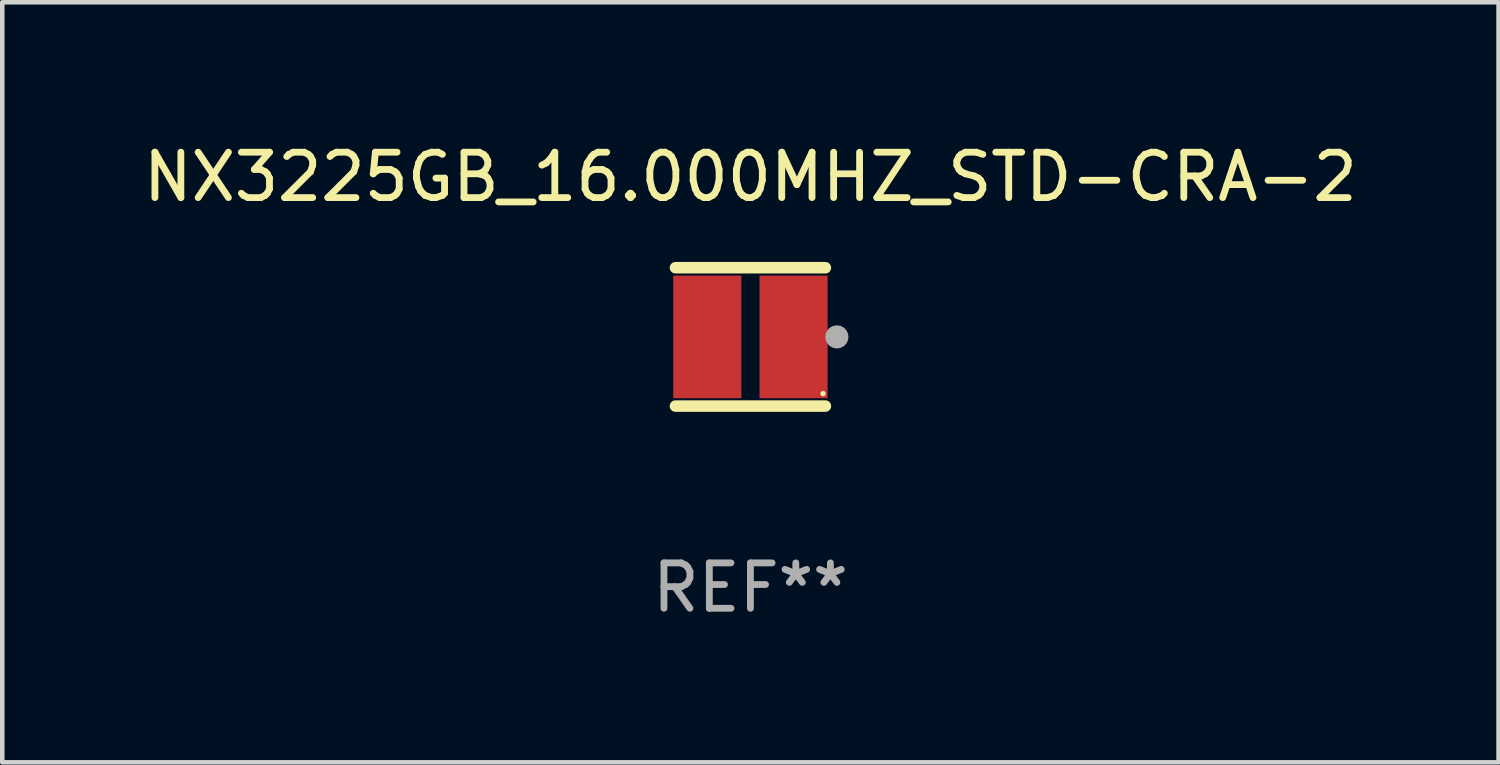
<source format=kicad_pcb>
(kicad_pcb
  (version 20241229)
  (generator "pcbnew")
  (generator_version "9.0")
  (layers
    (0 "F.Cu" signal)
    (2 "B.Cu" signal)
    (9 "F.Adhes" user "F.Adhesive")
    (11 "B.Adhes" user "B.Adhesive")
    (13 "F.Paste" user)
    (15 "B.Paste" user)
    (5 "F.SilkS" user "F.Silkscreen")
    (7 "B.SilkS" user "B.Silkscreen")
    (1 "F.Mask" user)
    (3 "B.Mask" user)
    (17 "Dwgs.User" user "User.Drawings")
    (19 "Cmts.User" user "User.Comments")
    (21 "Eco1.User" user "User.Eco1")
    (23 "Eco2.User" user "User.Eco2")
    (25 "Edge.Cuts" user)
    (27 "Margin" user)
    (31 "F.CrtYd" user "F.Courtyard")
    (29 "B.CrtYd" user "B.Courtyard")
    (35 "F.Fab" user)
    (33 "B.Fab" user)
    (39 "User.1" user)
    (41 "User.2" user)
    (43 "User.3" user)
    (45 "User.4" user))
  (footprint "NX3225GB_16.000MHZ_STD-CRA-2"
    (layer "F.Cu")
    (at 13.482 4.372)
    (property "Reference" "NX3225GB_16.000MHZ_STD-CRA-2" (at 0 -3.524 0) (layer "F.SilkS") (effects (font (size 1 1) (thickness 0.15))))
    (attr through_hole)
    (fp_line (start 1.651 -1.524) (end -1.651 -1.524) (stroke (width 0.254) (type solid)) (layer "F.SilkS"))
    (fp_line (start 1.651 1.524) (end -1.651 1.524) (stroke (width 0.254) (type solid)) (layer "F.SilkS"))
    (fp_circle (center 1.601 1.25) (end 1.631 1.25) (stroke (width 0.06) (type solid)) (fill no) (layer "F.SilkS"))
    (fp_circle (center 1.905 0) (end 2.032 0) (stroke (width 0.254) (type solid)) (fill no) (layer "F.Fab"))
    (fp_text user "REF**" (at 0 5.524 0) (layer "F.Fab") (effects (font (size 1 1) (thickness 0.15))))
    (pad "1" smd rect (at 0.95 0) (size 1.5 2.7) (layers "F.Cu" "F.Mask" "F.Paste"))
    (pad "2" smd rect (at -0.95 0) (size 1.5 2.7) (layers "F.Cu" "F.Mask" "F.Paste")))
  (gr_rect
    (start -3 -3)
    (end 29.964 13.745)
    (stroke (width 0.1) (type default))
    (fill no)
    (layer "Edge.Cuts")))
</source>
